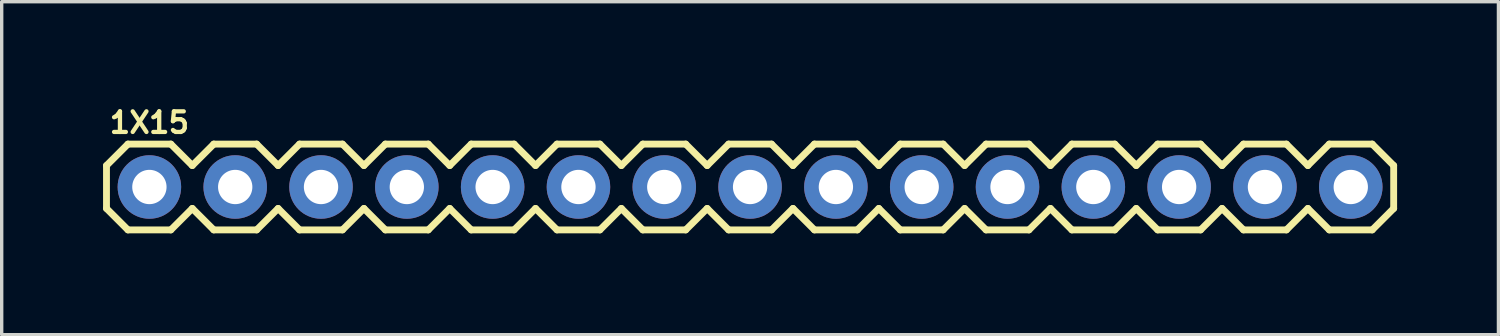
<source format=kicad_pcb>
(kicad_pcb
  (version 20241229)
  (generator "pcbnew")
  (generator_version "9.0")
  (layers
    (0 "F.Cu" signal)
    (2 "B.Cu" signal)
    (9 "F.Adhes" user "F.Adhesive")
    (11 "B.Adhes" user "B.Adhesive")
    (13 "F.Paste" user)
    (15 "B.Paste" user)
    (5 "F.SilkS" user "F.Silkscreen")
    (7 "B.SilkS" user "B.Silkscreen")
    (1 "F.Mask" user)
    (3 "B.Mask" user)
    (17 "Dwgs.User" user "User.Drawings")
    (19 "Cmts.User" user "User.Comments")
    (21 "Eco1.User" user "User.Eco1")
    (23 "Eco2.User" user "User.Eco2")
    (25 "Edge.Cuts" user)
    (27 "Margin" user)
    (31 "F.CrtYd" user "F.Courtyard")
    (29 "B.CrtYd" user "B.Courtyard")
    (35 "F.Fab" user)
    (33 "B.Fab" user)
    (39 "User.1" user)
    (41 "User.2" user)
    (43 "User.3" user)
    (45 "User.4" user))
  (footprint "1X15"
    (layer "F.Cu")
    (at 1.372 2.485)
    (property "Reference" "1X15" (at 0 -1.905 0) (layer "F.SilkS") (effects (font (size 0.61 0.61) (thickness 0.127))))
    (attr exclude_from_pos_files exclude_from_bom)
    (fp_line (start -1.27 -0.635) (end -1.27 0.635) (stroke (width 0.203) (type solid)) (layer "F.SilkS"))
    (fp_line (start -1.27 0.635) (end -0.635 1.27) (stroke (width 0.203) (type solid)) (layer "F.SilkS"))
    (fp_line (start -0.635 -1.27) (end -1.27 -0.635) (stroke (width 0.203) (type solid)) (layer "F.SilkS"))
    (fp_line (start -0.635 -1.27) (end 0.635 -1.27) (stroke (width 0.203) (type solid)) (layer "F.SilkS"))
    (fp_line (start 0.635 -1.27) (end 1.27 -0.635) (stroke (width 0.203) (type solid)) (layer "F.SilkS"))
    (fp_line (start 0.635 1.27) (end -0.635 1.27) (stroke (width 0.203) (type solid)) (layer "F.SilkS"))
    (fp_line (start 1.27 -0.635) (end 1.905 -1.27) (stroke (width 0.203) (type solid)) (layer "F.SilkS"))
    (fp_line (start 1.27 0.635) (end 0.635 1.27) (stroke (width 0.203) (type solid)) (layer "F.SilkS"))
    (fp_line (start 1.905 -1.27) (end 3.175 -1.27) (stroke (width 0.203) (type solid)) (layer "F.SilkS"))
    (fp_line (start 1.905 1.27) (end 1.27 0.635) (stroke (width 0.203) (type solid)) (layer "F.SilkS"))
    (fp_line (start 3.175 -1.27) (end 3.81 -0.635) (stroke (width 0.203) (type solid)) (layer "F.SilkS"))
    (fp_line (start 3.175 1.27) (end 1.905 1.27) (stroke (width 0.203) (type solid)) (layer "F.SilkS"))
    (fp_line (start 3.81 -0.635) (end 4.445 -1.27) (stroke (width 0.203) (type solid)) (layer "F.SilkS"))
    (fp_line (start 3.81 0.635) (end 3.175 1.27) (stroke (width 0.203) (type solid)) (layer "F.SilkS"))
    (fp_line (start 4.445 -1.27) (end 5.715 -1.27) (stroke (width 0.203) (type solid)) (layer "F.SilkS"))
    (fp_line (start 4.445 1.27) (end 3.81 0.635) (stroke (width 0.203) (type solid)) (layer "F.SilkS"))
    (fp_line (start 5.715 -1.27) (end 6.35 -0.635) (stroke (width 0.203) (type solid)) (layer "F.SilkS"))
    (fp_line (start 5.715 1.27) (end 4.445 1.27) (stroke (width 0.203) (type solid)) (layer "F.SilkS"))
    (fp_line (start 6.35 0.635) (end 5.715 1.27) (stroke (width 0.203) (type solid)) (layer "F.SilkS"))
    (fp_line (start 6.35 0.635) (end 6.985 1.27) (stroke (width 0.203) (type solid)) (layer "F.SilkS"))
    (fp_line (start 6.985 -1.27) (end 6.35 -0.635) (stroke (width 0.203) (type solid)) (layer "F.SilkS"))
    (fp_line (start 6.985 -1.27) (end 8.255 -1.27) (stroke (width 0.203) (type solid)) (layer "F.SilkS"))
    (fp_line (start 8.255 -1.27) (end 8.89 -0.635) (stroke (width 0.203) (type solid)) (layer "F.SilkS"))
    (fp_line (start 8.255 1.27) (end 6.985 1.27) (stroke (width 0.203) (type solid)) (layer "F.SilkS"))
    (fp_line (start 8.89 -0.635) (end 9.525 -1.27) (stroke (width 0.203) (type solid)) (layer "F.SilkS"))
    (fp_line (start 8.89 0.635) (end 8.255 1.27) (stroke (width 0.203) (type solid)) (layer "F.SilkS"))
    (fp_line (start 9.525 -1.27) (end 10.795 -1.27) (stroke (width 0.203) (type solid)) (layer "F.SilkS"))
    (fp_line (start 9.525 1.27) (end 8.89 0.635) (stroke (width 0.203) (type solid)) (layer "F.SilkS"))
    (fp_line (start 10.795 -1.27) (end 11.43 -0.635) (stroke (width 0.203) (type solid)) (layer "F.SilkS"))
    (fp_line (start 10.795 1.27) (end 9.525 1.27) (stroke (width 0.203) (type solid)) (layer "F.SilkS"))
    (fp_line (start 11.43 -0.635) (end 12.065 -1.27) (stroke (width 0.203) (type solid)) (layer "F.SilkS"))
    (fp_line (start 11.43 0.635) (end 10.795 1.27) (stroke (width 0.203) (type solid)) (layer "F.SilkS"))
    (fp_line (start 12.065 -1.27) (end 13.335 -1.27) (stroke (width 0.203) (type solid)) (layer "F.SilkS"))
    (fp_line (start 12.065 1.27) (end 11.43 0.635) (stroke (width 0.203) (type solid)) (layer "F.SilkS"))
    (fp_line (start 13.335 -1.27) (end 13.97 -0.635) (stroke (width 0.203) (type solid)) (layer "F.SilkS"))
    (fp_line (start 13.335 1.27) (end 12.065 1.27) (stroke (width 0.203) (type solid)) (layer "F.SilkS"))
    (fp_line (start 13.97 0.635) (end 13.335 1.27) (stroke (width 0.203) (type solid)) (layer "F.SilkS"))
    (fp_line (start 13.97 0.635) (end 14.605 1.27) (stroke (width 0.203) (type solid)) (layer "F.SilkS"))
    (fp_line (start 14.605 -1.27) (end 13.97 -0.635) (stroke (width 0.203) (type solid)) (layer "F.SilkS"))
    (fp_line (start 14.605 -1.27) (end 15.875 -1.27) (stroke (width 0.203) (type solid)) (layer "F.SilkS"))
    (fp_line (start 15.875 -1.27) (end 16.51 -0.635) (stroke (width 0.203) (type solid)) (layer "F.SilkS"))
    (fp_line (start 15.875 1.27) (end 14.605 1.27) (stroke (width 0.203) (type solid)) (layer "F.SilkS"))
    (fp_line (start 16.51 0.635) (end 15.875 1.27) (stroke (width 0.203) (type solid)) (layer "F.SilkS"))
    (fp_line (start 16.51 0.635) (end 17.145 1.27) (stroke (width 0.203) (type solid)) (layer "F.SilkS"))
    (fp_line (start 17.145 -1.27) (end 16.51 -0.635) (stroke (width 0.203) (type solid)) (layer "F.SilkS"))
    (fp_line (start 17.145 -1.27) (end 18.415 -1.27) (stroke (width 0.203) (type solid)) (layer "F.SilkS"))
    (fp_line (start 18.415 -1.27) (end 19.05 -0.635) (stroke (width 0.203) (type solid)) (layer "F.SilkS"))
    (fp_line (start 18.415 1.27) (end 17.145 1.27) (stroke (width 0.203) (type solid)) (layer "F.SilkS"))
    (fp_line (start 19.05 -0.635) (end 19.685 -1.27) (stroke (width 0.203) (type solid)) (layer "F.SilkS"))
    (fp_line (start 19.05 0.635) (end 18.415 1.27) (stroke (width 0.203) (type solid)) (layer "F.SilkS"))
    (fp_line (start 19.685 -1.27) (end 20.955 -1.27) (stroke (width 0.203) (type solid)) (layer "F.SilkS"))
    (fp_line (start 19.685 1.27) (end 19.05 0.635) (stroke (width 0.203) (type solid)) (layer "F.SilkS"))
    (fp_line (start 20.955 -1.27) (end 21.59 -0.635) (stroke (width 0.203) (type solid)) (layer "F.SilkS"))
    (fp_line (start 20.955 1.27) (end 19.685 1.27) (stroke (width 0.203) (type solid)) (layer "F.SilkS"))
    (fp_line (start 21.59 -0.635) (end 22.225 -1.27) (stroke (width 0.203) (type solid)) (layer "F.SilkS"))
    (fp_line (start 21.59 0.635) (end 20.955 1.27) (stroke (width 0.203) (type solid)) (layer "F.SilkS"))
    (fp_line (start 22.225 -1.27) (end 23.495 -1.27) (stroke (width 0.203) (type solid)) (layer "F.SilkS"))
    (fp_line (start 22.225 1.27) (end 21.59 0.635) (stroke (width 0.203) (type solid)) (layer "F.SilkS"))
    (fp_line (start 23.495 -1.27) (end 24.13 -0.635) (stroke (width 0.203) (type solid)) (layer "F.SilkS"))
    (fp_line (start 23.495 1.27) (end 22.225 1.27) (stroke (width 0.203) (type solid)) (layer "F.SilkS"))
    (fp_line (start 24.13 0.635) (end 23.495 1.27) (stroke (width 0.203) (type solid)) (layer "F.SilkS"))
    (fp_line (start 24.13 0.635) (end 24.765 1.27) (stroke (width 0.203) (type solid)) (layer "F.SilkS"))
    (fp_line (start 24.765 -1.27) (end 24.13 -0.635) (stroke (width 0.203) (type solid)) (layer "F.SilkS"))
    (fp_line (start 24.765 -1.27) (end 26.035 -1.27) (stroke (width 0.203) (type solid)) (layer "F.SilkS"))
    (fp_line (start 26.035 -1.27) (end 26.67 -0.635) (stroke (width 0.203) (type solid)) (layer "F.SilkS"))
    (fp_line (start 26.035 1.27) (end 24.765 1.27) (stroke (width 0.203) (type solid)) (layer "F.SilkS"))
    (fp_line (start 26.67 -0.635) (end 27.305 -1.27) (stroke (width 0.203) (type solid)) (layer "F.SilkS"))
    (fp_line (start 26.67 0.635) (end 26.035 1.27) (stroke (width 0.203) (type solid)) (layer "F.SilkS"))
    (fp_line (start 27.305 -1.27) (end 28.575 -1.27) (stroke (width 0.203) (type solid)) (layer "F.SilkS"))
    (fp_line (start 27.305 1.27) (end 26.67 0.635) (stroke (width 0.203) (type solid)) (layer "F.SilkS"))
    (fp_line (start 28.575 -1.27) (end 29.21 -0.635) (stroke (width 0.203) (type solid)) (layer "F.SilkS"))
    (fp_line (start 28.575 1.27) (end 27.305 1.27) (stroke (width 0.203) (type solid)) (layer "F.SilkS"))
    (fp_line (start 29.21 -0.635) (end 29.845 -1.27) (stroke (width 0.203) (type solid)) (layer "F.SilkS"))
    (fp_line (start 29.21 0.635) (end 28.575 1.27) (stroke (width 0.203) (type solid)) (layer "F.SilkS"))
    (fp_line (start 29.845 -1.27) (end 31.115 -1.27) (stroke (width 0.203) (type solid)) (layer "F.SilkS"))
    (fp_line (start 29.845 1.27) (end 29.21 0.635) (stroke (width 0.203) (type solid)) (layer "F.SilkS"))
    (fp_line (start 31.115 -1.27) (end 31.75 -0.635) (stroke (width 0.203) (type solid)) (layer "F.SilkS"))
    (fp_line (start 31.115 1.27) (end 29.845 1.27) (stroke (width 0.203) (type solid)) (layer "F.SilkS"))
    (fp_line (start 31.75 0.635) (end 31.115 1.27) (stroke (width 0.203) (type solid)) (layer "F.SilkS"))
    (fp_line (start 31.75 0.635) (end 32.385 1.27) (stroke (width 0.203) (type solid)) (layer "F.SilkS"))
    (fp_line (start 32.385 -1.27) (end 31.75 -0.635) (stroke (width 0.203) (type solid)) (layer "F.SilkS"))
    (fp_line (start 32.385 -1.27) (end 33.655 -1.27) (stroke (width 0.203) (type solid)) (layer "F.SilkS"))
    (fp_line (start 33.655 -1.27) (end 34.29 -0.635) (stroke (width 0.203) (type solid)) (layer "F.SilkS"))
    (fp_line (start 33.655 1.27) (end 32.385 1.27) (stroke (width 0.203) (type solid)) (layer "F.SilkS"))
    (fp_line (start 34.29 0.635) (end 33.655 1.27) (stroke (width 0.203) (type solid)) (layer "F.SilkS"))
    (fp_line (start 34.29 0.635) (end 34.925 1.27) (stroke (width 0.203) (type solid)) (layer "F.SilkS"))
    (fp_line (start 34.925 -1.27) (end 34.29 -0.635) (stroke (width 0.203) (type solid)) (layer "F.SilkS"))
    (fp_line (start 34.925 -1.27) (end 36.195 -1.27) (stroke (width 0.203) (type solid)) (layer "F.SilkS"))
    (fp_line (start 36.195 -1.27) (end 36.83 -0.635) (stroke (width 0.203) (type solid)) (layer "F.SilkS"))
    (fp_line (start 36.195 1.27) (end 34.925 1.27) (stroke (width 0.203) (type solid)) (layer "F.SilkS"))
    (fp_line (start 36.83 -0.635) (end 36.83 0.635) (stroke (width 0.203) (type solid)) (layer "F.SilkS"))
    (fp_line (start 36.83 0.635) (end 36.195 1.27) (stroke (width 0.203) (type solid)) (layer "F.SilkS"))
    (pad "1" thru_hole circle (at 0 0) (size 1.88 1.88) (drill 1.016) (layers "*.Cu" "*.Paste" "*.Mask"))
    (pad "2" thru_hole circle (at 2.54 0) (size 1.88 1.88) (drill 1.016) (layers "*.Cu" "*.Paste" "*.Mask"))
    (pad "3" thru_hole circle (at 5.08 0) (size 1.88 1.88) (drill 1.016) (layers "*.Cu" "*.Paste" "*.Mask"))
    (pad "4" thru_hole circle (at 7.62 0) (size 1.88 1.88) (drill 1.016) (layers "*.Cu" "*.Paste" "*.Mask"))
    (pad "5" thru_hole circle (at 10.16 0) (size 1.88 1.88) (drill 1.016) (layers "*.Cu" "*.Paste" "*.Mask"))
    (pad "6" thru_hole circle (at 12.7 0) (size 1.88 1.88) (drill 1.016) (layers "*.Cu" "*.Paste" "*.Mask"))
    (pad "7" thru_hole circle (at 15.24 0) (size 1.88 1.88) (drill 1.016) (layers "*.Cu" "*.Paste" "*.Mask"))
    (pad "8" thru_hole circle (at 17.78 0) (size 1.88 1.88) (drill 1.016) (layers "*.Cu" "*.Paste" "*.Mask"))
    (pad "9" thru_hole circle (at 20.32 0) (size 1.88 1.88) (drill 1.016) (layers "*.Cu" "*.Paste" "*.Mask"))
    (pad "10" thru_hole circle (at 22.86 0) (size 1.88 1.88) (drill 1.016) (layers "*.Cu" "*.Paste" "*.Mask"))
    (pad "11" thru_hole circle (at 25.4 0) (size 1.88 1.88) (drill 1.016) (layers "*.Cu" "*.Paste" "*.Mask"))
    (pad "12" thru_hole circle (at 27.94 0) (size 1.88 1.88) (drill 1.016) (layers "*.Cu" "*.Paste" "*.Mask"))
    (pad "13" thru_hole circle (at 30.48 0) (size 1.88 1.88) (drill 1.016) (layers "*.Cu" "*.Paste" "*.Mask"))
    (pad "14" thru_hole circle (at 33.02 0) (size 1.88 1.88) (drill 1.016) (layers "*.Cu" "*.Paste" "*.Mask"))
    (pad "15" thru_hole circle (at 35.56 0) (size 1.88 1.88) (drill 1.016) (layers "*.Cu" "*.Paste" "*.Mask")))
  (gr_rect
    (start -3 -3)
    (end 41.303 6.856)
    (stroke (width 0.1) (type default))
    (fill no)
    (layer "Edge.Cuts")))
</source>
